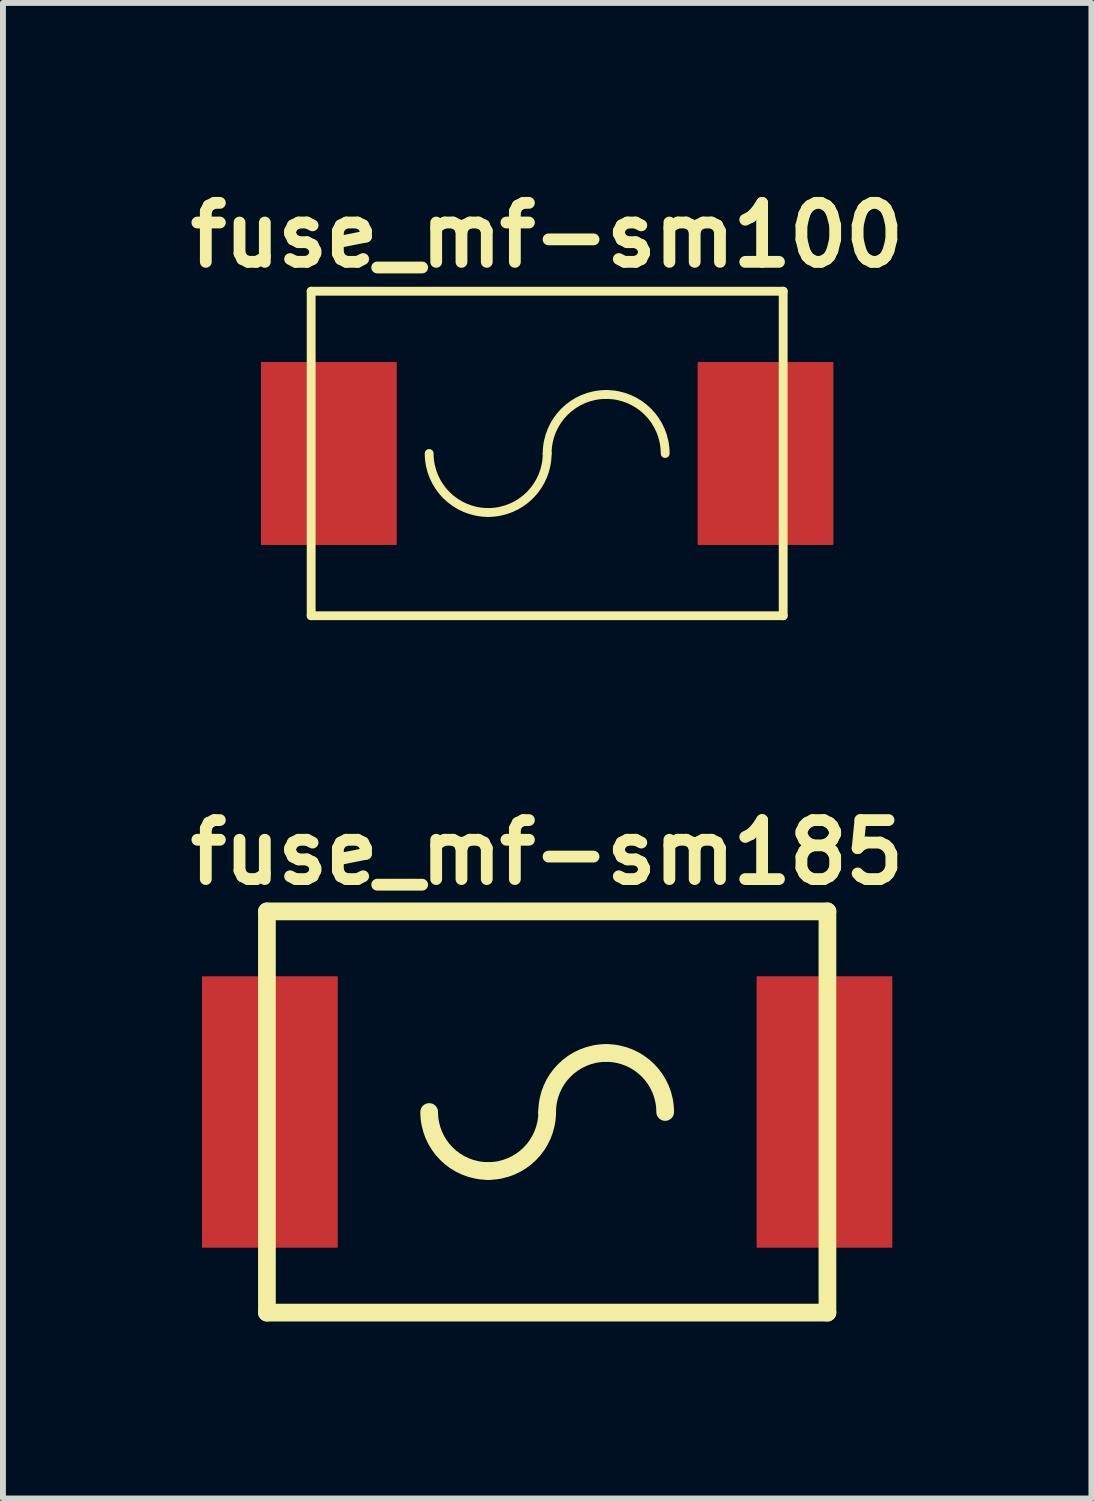
<source format=kicad_pcb>
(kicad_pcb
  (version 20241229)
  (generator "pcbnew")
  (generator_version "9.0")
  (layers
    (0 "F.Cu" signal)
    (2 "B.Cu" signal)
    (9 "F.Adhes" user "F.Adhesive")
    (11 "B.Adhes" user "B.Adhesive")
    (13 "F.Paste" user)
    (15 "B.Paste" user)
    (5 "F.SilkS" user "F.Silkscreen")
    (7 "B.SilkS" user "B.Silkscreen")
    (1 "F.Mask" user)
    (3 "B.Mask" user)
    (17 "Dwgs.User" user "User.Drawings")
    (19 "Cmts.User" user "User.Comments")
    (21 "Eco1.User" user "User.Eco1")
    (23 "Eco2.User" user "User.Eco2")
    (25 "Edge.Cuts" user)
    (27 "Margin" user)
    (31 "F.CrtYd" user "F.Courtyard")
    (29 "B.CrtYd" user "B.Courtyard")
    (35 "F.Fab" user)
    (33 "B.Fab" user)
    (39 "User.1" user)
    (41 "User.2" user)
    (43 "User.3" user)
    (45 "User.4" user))
  (footprint "fuse_mf-sm185"
    (layer "F.Cu")
    (at 6.224 15.797)
    (property "Reference" "fuse_mf-sm185" (at 0 -4.4 0) (layer "F.SilkS") (effects (font (size 1 1) (thickness 0.2))))
    (attr through_hole)
    (fp_line (start -4.75 -3.4) (end 4.75 -3.4) (stroke (width 0.3) (type solid)) (layer "F.SilkS"))
    (fp_line (start -4.75 3.4) (end -4.75 -3.4) (stroke (width 0.3) (type solid)) (layer "F.SilkS"))
    (fp_line (start -4.75 3.4) (end 4.75 3.4) (stroke (width 0.3) (type solid)) (layer "F.SilkS"))
    (fp_line (start 4.75 -3.4) (end 4.75 3.4) (stroke (width 0.3) (type solid)) (layer "F.SilkS"))
    (fp_arc (start -1 1) (mid -1.707107 0.707107) (end -2 0) (stroke (width 0.3) (type solid)) (layer "F.SilkS"))
    (fp_arc (start 0 0) (mid -0.292893 0.707107) (end -1 1) (stroke (width 0.3) (type solid)) (layer "F.SilkS"))
    (fp_arc (start 0 0) (mid 0.292893 -0.707107) (end 1 -1) (stroke (width 0.3) (type solid)) (layer "F.SilkS"))
    (fp_arc (start 1 -1) (mid 1.707107 -0.707107) (end 2 0) (stroke (width 0.3) (type solid)) (layer "F.SilkS"))
    (pad "1" smd rect (at -4.7 0) (size 2.3 4.6) (layers "F.Cu" "F.Mask" "F.Paste"))
    (pad "2" smd rect (at 4.7 0) (size 2.3 4.6) (layers "F.Cu" "F.Mask" "F.Paste")))
  (footprint "fuse_mf-sm100"
    (layer "F.Cu")
    (at 6.224 4.636)
    (property "Reference" "fuse_mf-sm100" (at 0 -3.7 0) (layer "F.SilkS") (effects (font (size 1 1) (thickness 0.2))))
    (attr through_hole)
    (fp_line (start -4 -2.75) (end 4 -2.75) (stroke (width 0.15) (type solid)) (layer "F.SilkS"))
    (fp_line (start -4 2.75) (end -4 -2.75) (stroke (width 0.15) (type solid)) (layer "F.SilkS"))
    (fp_line (start -4 2.75) (end 4 2.75) (stroke (width 0.15) (type solid)) (layer "F.SilkS"))
    (fp_line (start 4 -2.75) (end 4 2.75) (stroke (width 0.15) (type solid)) (layer "F.SilkS"))
    (fp_arc (start -1 1) (mid -1.707107 0.707107) (end -2 0) (stroke (width 0.15) (type solid)) (layer "F.SilkS"))
    (fp_arc (start 0 0) (mid -0.292893 0.707107) (end -1 1) (stroke (width 0.15) (type solid)) (layer "F.SilkS"))
    (fp_arc (start 0 0) (mid 0.292893 -0.707107) (end 1 -1) (stroke (width 0.15) (type solid)) (layer "F.SilkS"))
    (fp_arc (start 1 -1) (mid 1.707107 -0.707107) (end 2 0) (stroke (width 0.15) (type solid)) (layer "F.SilkS"))
    (pad "1" smd rect (at -3.7 0) (size 2.3 3.1) (layers "F.Cu" "F.Mask" "F.Paste"))
    (pad "2" smd rect (at 3.7 0) (size 2.3 3.1) (layers "F.Cu" "F.Mask" "F.Paste")))
  (gr_rect
    (start -3 -3)
    (end 15.448 22.347)
    (stroke (width 0.1) (type default))
    (fill no)
    (layer "Edge.Cuts")))
</source>
